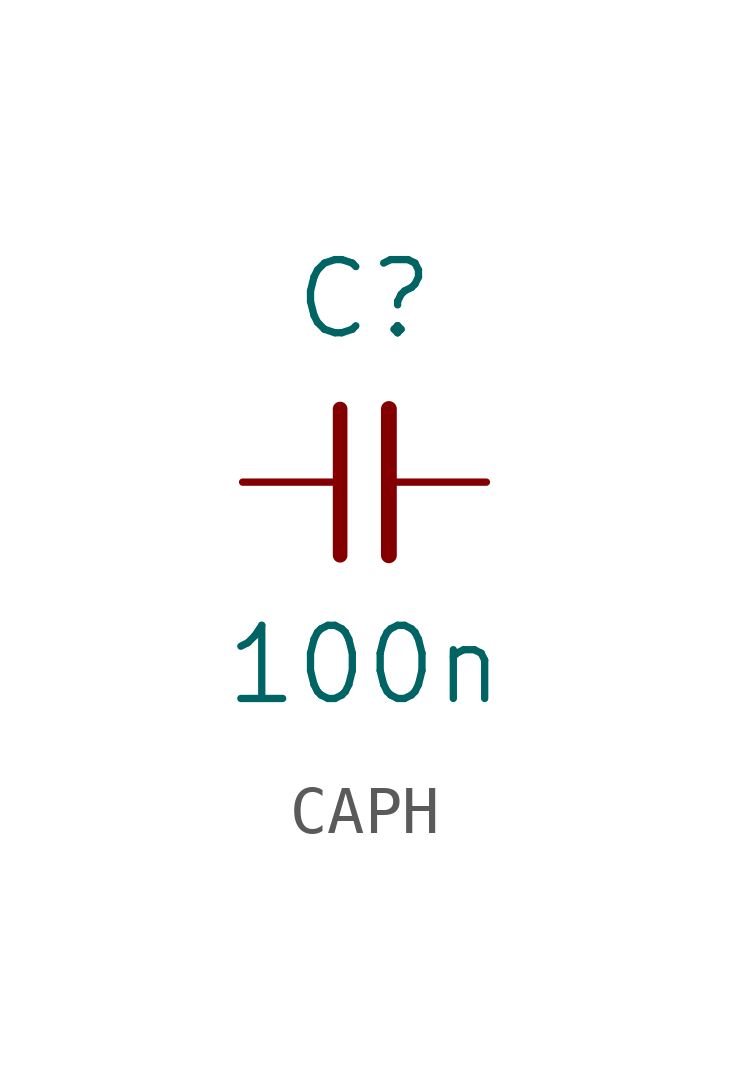
<source format=kicad_sym>
(kicad_symbol_lib
  (version 20220914)
  (generator kicad_symbol_editor)
  (symbol "CAPH"
    (pin_numbers hide)
    (pin_names
      (offset 1.651) hide)
    (property "Reference" "C"
      (at 0 3.81 0)
      (effects (font (size 1.524 1.524))))
    (property "Value" "100n"
      (at 0 -3.81 0)
      (effects (font (size 1.524 1.524))))
    (property "Datasheet" ""
      (at 0 0 0)
      (effects (font (size 1.524 1.524))))
    (symbol "CAPH_0_1"
      (polyline (pts (xy -0.508 -1.524) (xy -0.508 1.524)) (stroke (width 0.305) (type default)) (fill (type none)))
      (polyline (pts (xy 0.508 -1.524) (xy 0.508 1.524)) (stroke (width 0.33) (type default)) (fill (type none))))
    (symbol "CAPH_1_1"
      (pin passive line (at -2.54 0 0) (length 2.032) (name "~" (effects (font (size 1.27 1.27)))) (number "1" (effects (font (size 1.27 1.27)))))
      (pin passive line (at 2.54 0 180) (length 2.032) (name "~" (effects (font (size 1.27 1.27)))) (number "2" (effects (font (size 1.27 1.27))))))))
</source>
